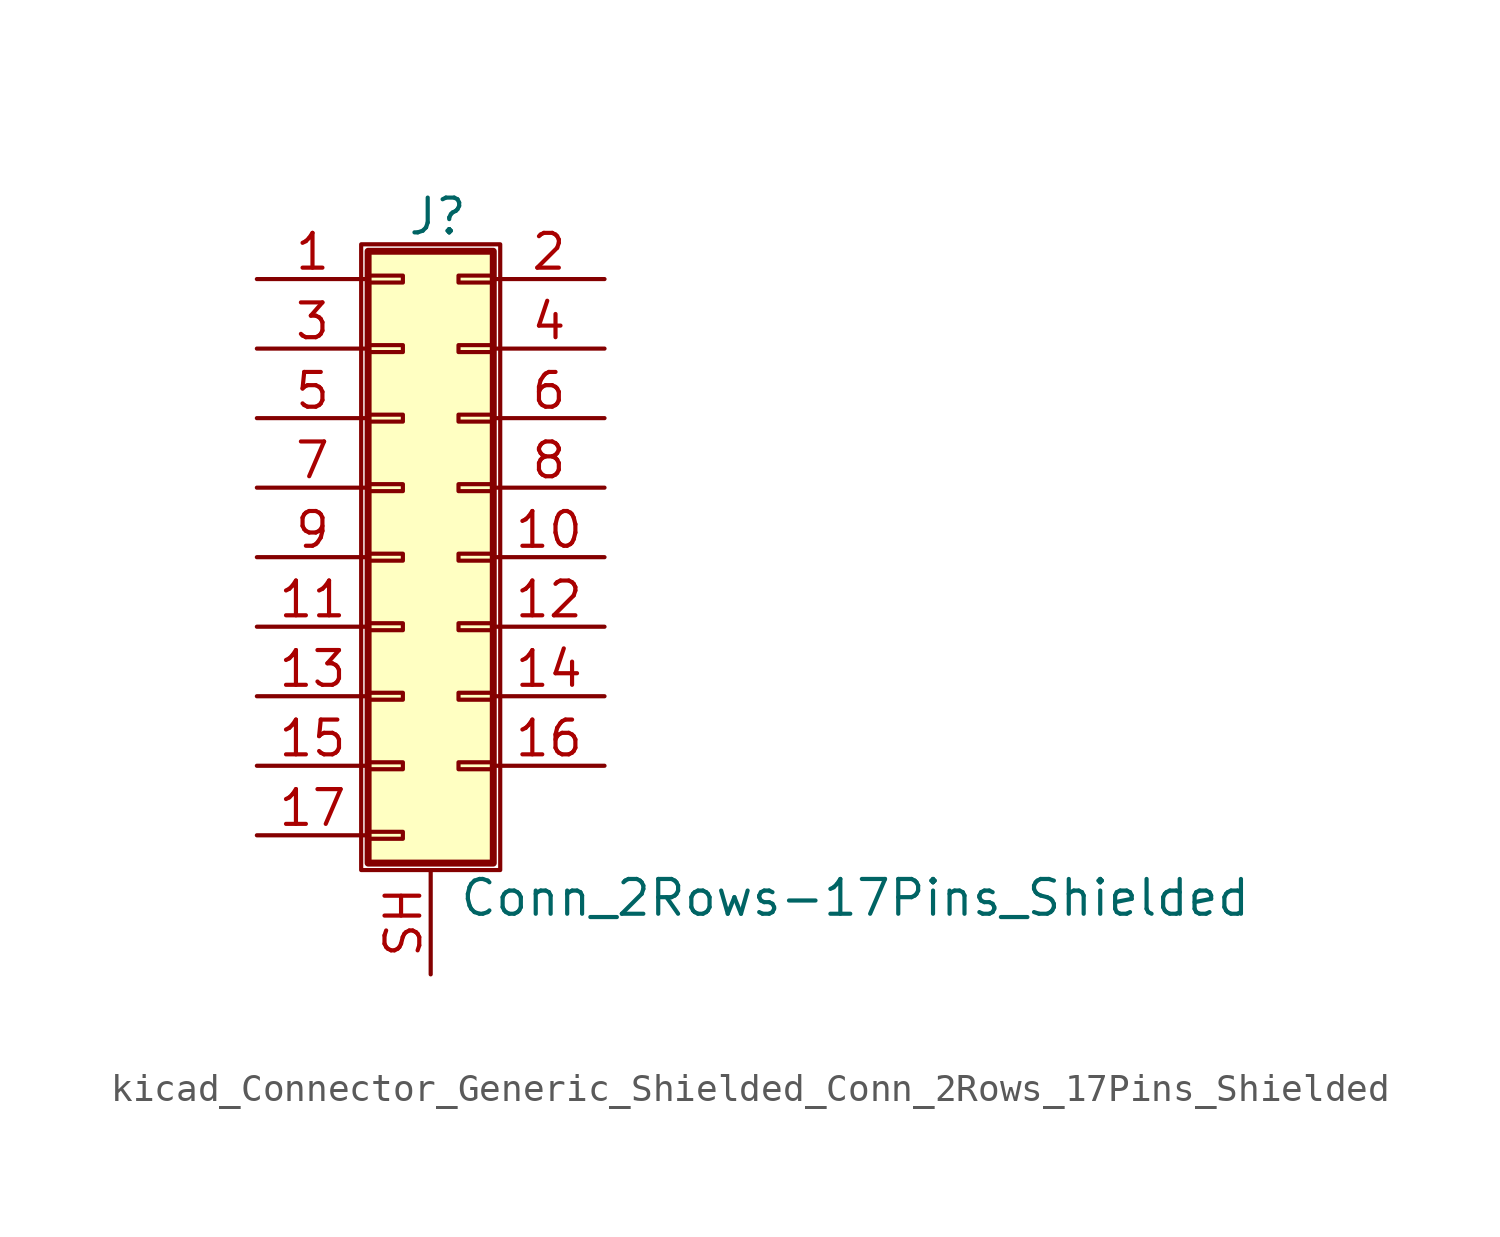
<source format=kicad_sym>
(kicad_symbol_lib
  (version 20220914)
  (generator kicad_symbol_editor)
  (symbol "kicad_Connector_Generic_Shielded_Conn_2Rows_17Pins_Shielded"
    (pin_names
      (offset 1.016) hide)
    (property "Reference" "J"
      (at 1.524 12.446 0)
      (effects (font (size 1.27 1.27))))
    (property "Value" "Conn_2Rows-17Pins_Shielded"
      (at 2.286 -12.446 0)
      (effects (font (size 1.27 1.27)) (justify left)))
    (symbol "kicad_Connector_Generic_Shielded_Conn_2Rows_17Pins_Shielded_1_1"
      (rectangle (start -1.27 11.43) (end 3.81 -11.43) (stroke (width 0.152) (type default)) (fill (type none)))
      (rectangle (start -1.016 -10.033) (end 0.254 -10.287) (stroke (width 0.152) (type default)) (fill (type none)))
      (rectangle (start -1.016 -7.493) (end 0.254 -7.747) (stroke (width 0.152) (type default)) (fill (type none)))
      (rectangle (start -1.016 -4.953) (end 0.254 -5.207) (stroke (width 0.152) (type default)) (fill (type none)))
      (rectangle (start -1.016 -2.413) (end 0.254 -2.667) (stroke (width 0.152) (type default)) (fill (type none)))
      (rectangle (start -1.016 0.127) (end 0.254 -0.127) (stroke (width 0.152) (type default)) (fill (type none)))
      (rectangle (start -1.016 2.667) (end 0.254 2.413) (stroke (width 0.152) (type default)) (fill (type none)))
      (rectangle (start -1.016 5.207) (end 0.254 4.953) (stroke (width 0.152) (type default)) (fill (type none)))
      (rectangle (start -1.016 7.747) (end 0.254 7.493) (stroke (width 0.152) (type default)) (fill (type none)))
      (rectangle (start -1.016 10.287) (end 0.254 10.033) (stroke (width 0.152) (type default)) (fill (type none)))
      (rectangle (start -1.016 11.176) (end 3.556 -11.176) (stroke (width 0.254) (type default)) (fill (type background)))
      (rectangle (start 3.556 -7.493) (end 2.286 -7.747) (stroke (width 0.152) (type default)) (fill (type none)))
      (rectangle (start 3.556 -4.953) (end 2.286 -5.207) (stroke (width 0.152) (type default)) (fill (type none)))
      (rectangle (start 3.556 -2.413) (end 2.286 -2.667) (stroke (width 0.152) (type default)) (fill (type none)))
      (rectangle (start 3.556 0.127) (end 2.286 -0.127) (stroke (width 0.152) (type default)) (fill (type none)))
      (rectangle (start 3.556 2.667) (end 2.286 2.413) (stroke (width 0.152) (type default)) (fill (type none)))
      (rectangle (start 3.556 5.207) (end 2.286 4.953) (stroke (width 0.152) (type default)) (fill (type none)))
      (rectangle (start 3.556 7.747) (end 2.286 7.493) (stroke (width 0.152) (type default)) (fill (type none)))
      (rectangle (start 3.556 10.287) (end 2.286 10.033) (stroke (width 0.152) (type default)) (fill (type none)))
      (pin passive line (at -5.08 10.16 0) (length 4.064) (name "Pin_1" (effects (font (size 1.27 1.27)))) (number "1" (effects (font (size 1.27 1.27)))))
      (pin passive line (at 7.62 0 180) (length 4.064) (name "Pin_10" (effects (font (size 1.27 1.27)))) (number "10" (effects (font (size 1.27 1.27)))))
      (pin passive line (at -5.08 -2.54 0) (length 4.064) (name "Pin_11" (effects (font (size 1.27 1.27)))) (number "11" (effects (font (size 1.27 1.27)))))
      (pin passive line (at 7.62 -2.54 180) (length 4.064) (name "Pin_12" (effects (font (size 1.27 1.27)))) (number "12" (effects (font (size 1.27 1.27)))))
      (pin passive line (at -5.08 -5.08 0) (length 4.064) (name "Pin_13" (effects (font (size 1.27 1.27)))) (number "13" (effects (font (size 1.27 1.27)))))
      (pin passive line (at 7.62 -5.08 180) (length 4.064) (name "Pin_14" (effects (font (size 1.27 1.27)))) (number "14" (effects (font (size 1.27 1.27)))))
      (pin passive line (at -5.08 -7.62 0) (length 4.064) (name "Pin_15" (effects (font (size 1.27 1.27)))) (number "15" (effects (font (size 1.27 1.27)))))
      (pin passive line (at 7.62 -7.62 180) (length 4.064) (name "Pin_16" (effects (font (size 1.27 1.27)))) (number "16" (effects (font (size 1.27 1.27)))))
      (pin passive line (at -5.08 -10.16 0) (length 4.064) (name "Pin_17" (effects (font (size 1.27 1.27)))) (number "17" (effects (font (size 1.27 1.27)))))
      (pin passive line (at 7.62 10.16 180) (length 4.064) (name "Pin_2" (effects (font (size 1.27 1.27)))) (number "2" (effects (font (size 1.27 1.27)))))
      (pin passive line (at -5.08 7.62 0) (length 4.064) (name "Pin_3" (effects (font (size 1.27 1.27)))) (number "3" (effects (font (size 1.27 1.27)))))
      (pin passive line (at 7.62 7.62 180) (length 4.064) (name "Pin_4" (effects (font (size 1.27 1.27)))) (number "4" (effects (font (size 1.27 1.27)))))
      (pin passive line (at -5.08 5.08 0) (length 4.064) (name "Pin_5" (effects (font (size 1.27 1.27)))) (number "5" (effects (font (size 1.27 1.27)))))
      (pin passive line (at 7.62 5.08 180) (length 4.064) (name "Pin_6" (effects (font (size 1.27 1.27)))) (number "6" (effects (font (size 1.27 1.27)))))
      (pin passive line (at -5.08 2.54 0) (length 4.064) (name "Pin_7" (effects (font (size 1.27 1.27)))) (number "7" (effects (font (size 1.27 1.27)))))
      (pin passive line (at 7.62 2.54 180) (length 4.064) (name "Pin_8" (effects (font (size 1.27 1.27)))) (number "8" (effects (font (size 1.27 1.27)))))
      (pin passive line (at -5.08 0 0) (length 4.064) (name "Pin_9" (effects (font (size 1.27 1.27)))) (number "9" (effects (font (size 1.27 1.27)))))
      (pin passive line (at 1.27 -15.24 90) (length 3.81) (name "Shield" (effects (font (size 1.27 1.27)))) (number "SH" (effects (font (size 1.27 1.27))))))))
</source>
